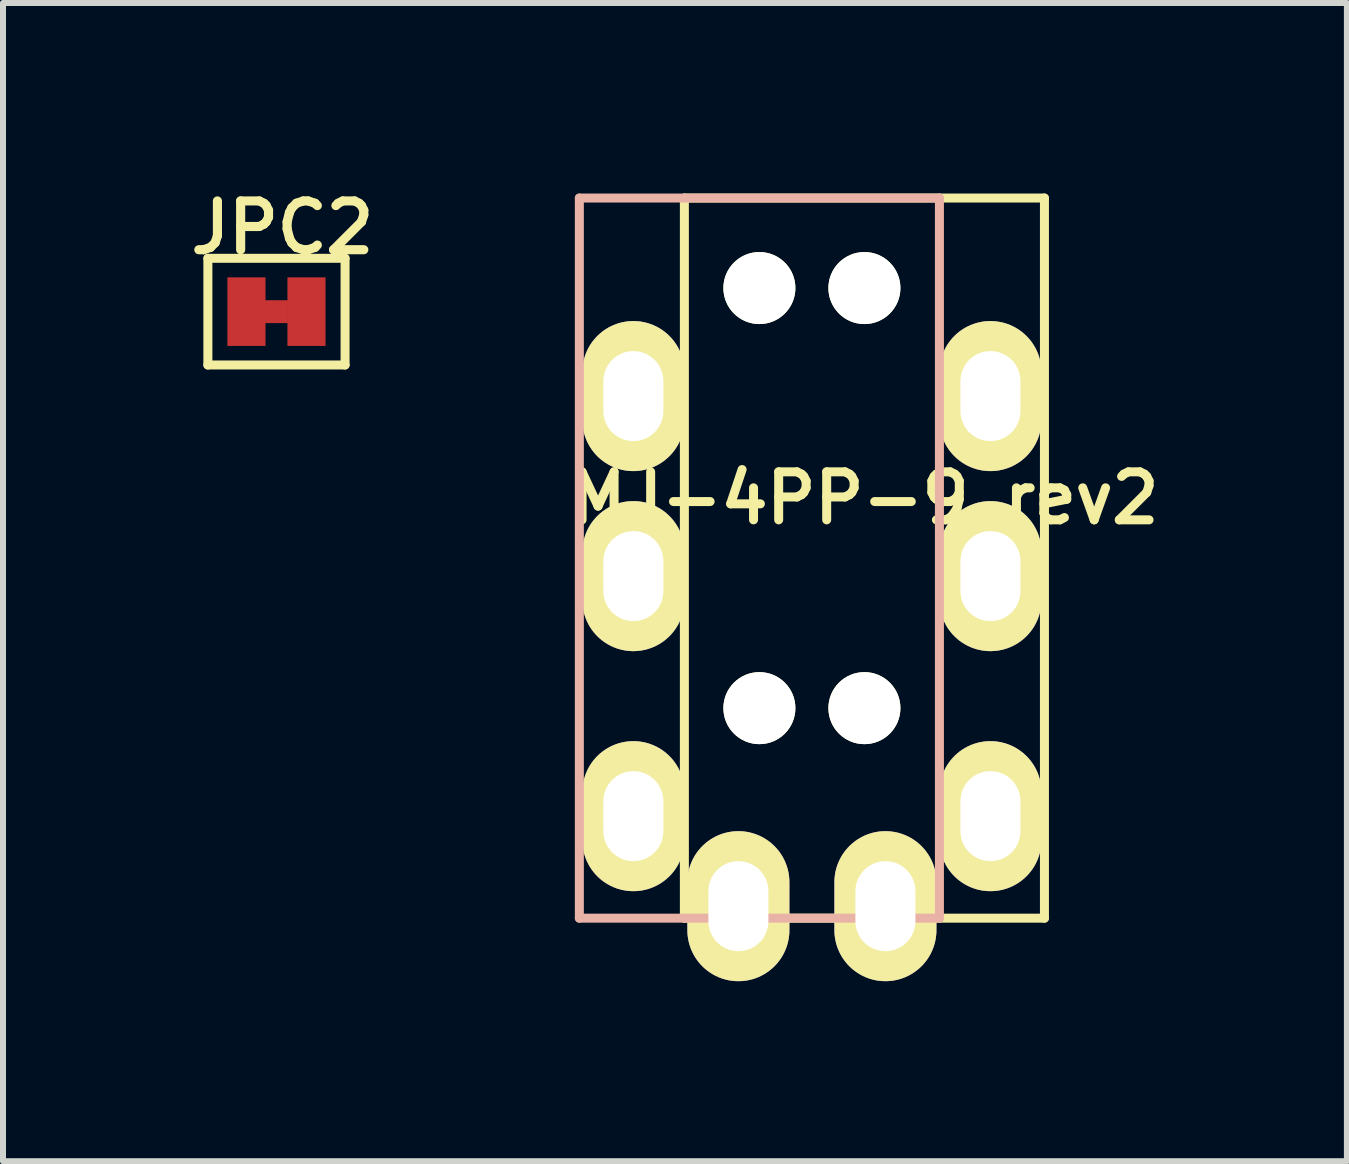
<source format=kicad_pcb>
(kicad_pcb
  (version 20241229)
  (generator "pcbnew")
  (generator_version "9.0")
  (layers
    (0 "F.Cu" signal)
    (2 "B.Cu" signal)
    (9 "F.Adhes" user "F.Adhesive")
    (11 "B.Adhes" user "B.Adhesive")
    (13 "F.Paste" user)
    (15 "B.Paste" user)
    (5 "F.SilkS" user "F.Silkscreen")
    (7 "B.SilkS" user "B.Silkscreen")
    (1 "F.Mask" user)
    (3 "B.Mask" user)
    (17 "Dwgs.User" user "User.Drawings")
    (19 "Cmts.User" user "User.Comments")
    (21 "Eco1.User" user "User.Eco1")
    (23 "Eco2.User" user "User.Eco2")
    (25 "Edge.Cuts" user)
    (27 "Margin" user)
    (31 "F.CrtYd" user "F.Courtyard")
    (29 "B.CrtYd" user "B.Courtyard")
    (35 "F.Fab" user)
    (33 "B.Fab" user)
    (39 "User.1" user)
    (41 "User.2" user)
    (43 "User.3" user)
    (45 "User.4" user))
  (footprint "MJ-4PP-9_rev2"
    (layer "F.Cu")
    (at 11.354 0.25)
    (property "Reference" "MJ-4PP-9_rev2" (at 0 5 0) (layer "F.SilkS") (effects (font (size 0.8 0.8) (thickness 0.15))))
    (attr through_hole)
    (fp_line (start -3 0) (end 3 0) (stroke (width 0.15) (type solid)) (layer "F.SilkS"))
    (fp_line (start -3 12) (end -3 0) (stroke (width 0.15) (type solid)) (layer "F.SilkS"))
    (fp_line (start 3 0) (end 3 12) (stroke (width 0.15) (type solid)) (layer "F.SilkS"))
    (fp_line (start 3 12) (end -3 12) (stroke (width 0.15) (type solid)) (layer "F.SilkS"))
    (fp_line (start -4.75 0) (end 1.25 0) (stroke (width 0.15) (type solid)) (layer "B.SilkS"))
    (fp_line (start -4.75 12) (end -4.75 0) (stroke (width 0.15) (type solid)) (layer "B.SilkS"))
    (fp_line (start 1.25 0) (end 1.25 12) (stroke (width 0.15) (type solid)) (layer "B.SilkS"))
    (fp_line (start 1.25 12) (end -4.75 12) (stroke (width 0.15) (type solid)) (layer "B.SilkS"))
    (pad "" np_thru_hole circle (at -1.75 1.5) (size 1.2 1.2) (drill 1.2) (layers "*.Cu" "*.Mask" "F.SilkS"))
    (pad "" np_thru_hole circle (at -1.75 8.5) (size 1.2 1.2) (drill 1.2) (layers "*.Cu" "*.Mask" "F.SilkS"))
    (pad "" np_thru_hole circle (at 0 1.5) (size 1.2 1.2) (drill 1.2) (layers "*.Cu" "*.Mask" "F.SilkS"))
    (pad "" np_thru_hole circle (at 0 8.5) (size 1.2 1.2) (drill 1.2) (layers "*.Cu" "*.Mask" "F.SilkS"))
    (pad "A" thru_hole oval (at -2.1 11.8) (size 1.7 2.5) (drill oval 1 1.5) (layers "*.Cu" "*.Mask" "F.SilkS"))
    (pad "A" thru_hole oval (at 0.35 11.8) (size 1.7 2.5) (drill oval 1 1.5) (layers "*.Cu" "*.Mask" "F.SilkS"))
    (pad "B" thru_hole oval (at -3.85 3.3) (size 1.7 2.5) (drill oval 1 1.5) (layers "*.Cu" "*.Mask" "F.SilkS"))
    (pad "B" thru_hole oval (at 2.1 3.3) (size 1.7 2.5) (drill oval 1 1.5) (layers "*.Cu" "*.Mask" "F.SilkS"))
    (pad "C" thru_hole oval (at -3.85 6.3) (size 1.7 2.5) (drill oval 1 1.5) (layers "*.Cu" "*.Mask" "F.SilkS"))
    (pad "C" thru_hole oval (at 2.1 6.3) (size 1.7 2.5) (drill oval 1 1.5) (layers "*.Cu" "*.Mask" "F.SilkS"))
    (pad "D" thru_hole oval (at -3.85 10.3) (size 1.7 2.5) (drill oval 1 1.5) (layers "*.Cu" "*.Mask" "F.SilkS"))
    (pad "D" thru_hole oval (at 2.1 10.3) (size 1.7 2.5) (drill oval 1 1.5) (layers "*.Cu" "*.Mask" "F.SilkS")))
  (footprint "JPC2"
    (layer "F.Cu")
    (at 1.557 2.143)
    (property "Reference" "JPC2" (at 0.1 -1.4 0) (layer "F.SilkS") (effects (font (size 0.813 0.813) (thickness 0.152))))
    (attr smd)
    (fp_line (start -1.143 -0.889) (end 1.143 -0.889) (stroke (width 0.15) (type solid)) (layer "F.SilkS"))
    (fp_line (start -1.143 0.889) (end -1.143 -0.889) (stroke (width 0.15) (type solid)) (layer "F.SilkS"))
    (fp_line (start 1.143 -0.889) (end 1.143 0.889) (stroke (width 0.15) (type solid)) (layer "F.SilkS"))
    (fp_line (start 1.143 0.889) (end -1.143 0.889) (stroke (width 0.15) (type solid)) (layer "F.SilkS"))
    (pad "" smd rect (at 0 0 90) (size 0.381 0.381) (layers "F.Cu" "F.Mask" "F.Paste"))
    (pad "1" smd rect (at -0.5 0) (size 0.635 1.143) (layers "F.Cu" "F.Mask" "F.Paste"))
    (pad "2" smd rect (at 0.5 0) (size 0.635 1.143) (layers "F.Cu" "F.Mask" "F.Paste")))
  (gr_rect
    (start -3 -3)
    (end 19.394 16.3)
    (stroke (width 0.1) (type default))
    (fill no)
    (layer "Edge.Cuts")))
</source>
